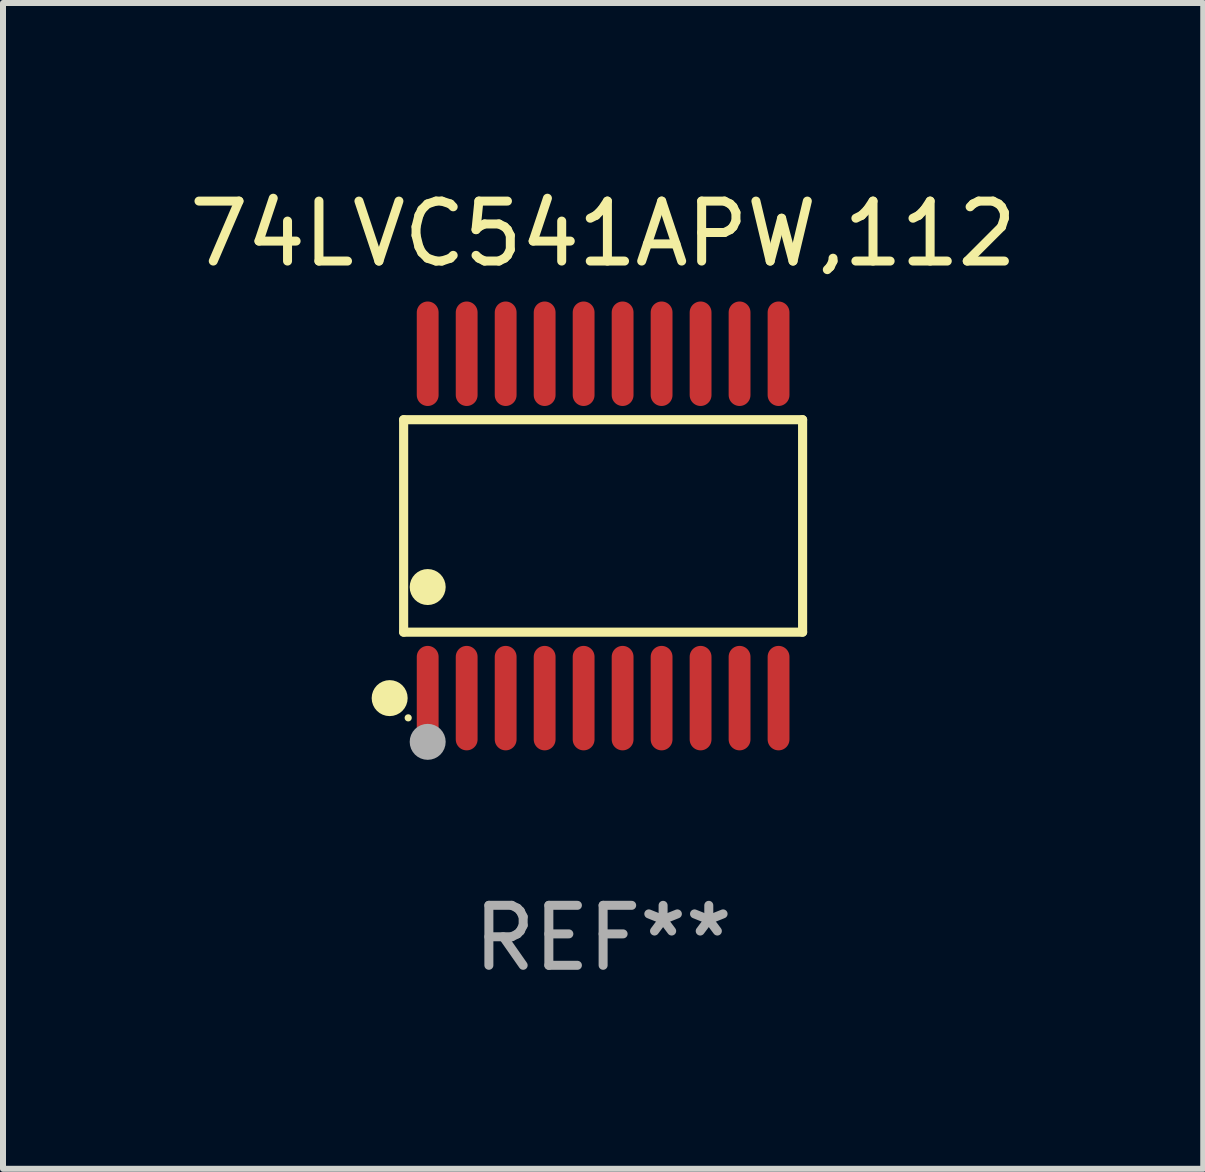
<source format=kicad_pcb>
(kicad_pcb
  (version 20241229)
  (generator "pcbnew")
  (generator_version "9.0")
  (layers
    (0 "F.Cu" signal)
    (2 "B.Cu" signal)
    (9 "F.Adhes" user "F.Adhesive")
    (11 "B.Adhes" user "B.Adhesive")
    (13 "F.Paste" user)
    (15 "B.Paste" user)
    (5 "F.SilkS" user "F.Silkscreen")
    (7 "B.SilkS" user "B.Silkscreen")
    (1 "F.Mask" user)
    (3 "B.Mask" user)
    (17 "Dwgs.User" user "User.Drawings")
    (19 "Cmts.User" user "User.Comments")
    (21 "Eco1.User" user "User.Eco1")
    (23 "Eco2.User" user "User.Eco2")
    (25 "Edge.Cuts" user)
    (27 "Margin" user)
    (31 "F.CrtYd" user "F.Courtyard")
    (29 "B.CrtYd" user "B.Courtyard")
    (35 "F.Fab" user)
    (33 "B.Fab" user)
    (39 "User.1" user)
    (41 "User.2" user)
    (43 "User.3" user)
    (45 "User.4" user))
  (footprint "74LVC541APW,112"
    (layer "F.Cu")
    (at 7.006 5.719)
    (property "Reference" "74LVC541APW,112" (at 0 -4.871 0) (layer "F.SilkS") (effects (font (size 1 1) (thickness 0.15))))
    (attr through_hole)
    (fp_line (start -3.326 -1.771) (end 3.326 -1.771) (stroke (width 0.152) (type solid)) (layer "F.SilkS"))
    (fp_line (start -3.326 1.771) (end -3.326 -1.771) (stroke (width 0.152) (type solid)) (layer "F.SilkS"))
    (fp_line (start 3.326 -1.771) (end 3.326 1.771) (stroke (width 0.152) (type solid)) (layer "F.SilkS"))
    (fp_line (start 3.326 1.771) (end -3.326 1.771) (stroke (width 0.152) (type solid)) (layer "F.SilkS"))
    (fp_circle (center -3.559 2.871) (end -3.409 2.871) (stroke (width 0.3) (type solid)) (fill no) (layer "F.SilkS"))
    (fp_circle (center -3.25 3.2) (end -3.22 3.2) (stroke (width 0.06) (type solid)) (fill no) (layer "F.SilkS"))
    (fp_circle (center -2.925 1.019) (end -2.775 1.019) (stroke (width 0.3) (type solid)) (fill no) (layer "F.SilkS"))
    (fp_circle (center -2.925 3.6) (end -2.775 3.6) (stroke (width 0.3) (type solid)) (fill no) (layer "F.Fab"))
    (fp_text user "REF**" (at 0 6.871 0) (layer "F.Fab") (effects (font (size 1 1) (thickness 0.15))))
    (pad "1" smd oval (at -2.925 2.871) (size 0.364 1.742) (layers "F.Cu" "F.Mask" "F.Paste"))
    (pad "2" smd oval (at -2.275 2.871) (size 0.364 1.742) (layers "F.Cu" "F.Mask" "F.Paste"))
    (pad "3" smd oval (at -1.625 2.871) (size 0.364 1.742) (layers "F.Cu" "F.Mask" "F.Paste"))
    (pad "4" smd oval (at -0.975 2.871) (size 0.364 1.742) (layers "F.Cu" "F.Mask" "F.Paste"))
    (pad "5" smd oval (at -0.325 2.871) (size 0.364 1.742) (layers "F.Cu" "F.Mask" "F.Paste"))
    (pad "6" smd oval (at 0.325 2.871) (size 0.364 1.742) (layers "F.Cu" "F.Mask" "F.Paste"))
    (pad "7" smd oval (at 0.975 2.871) (size 0.364 1.742) (layers "F.Cu" "F.Mask" "F.Paste"))
    (pad "8" smd oval (at 1.625 2.871) (size 0.364 1.742) (layers "F.Cu" "F.Mask" "F.Paste"))
    (pad "9" smd oval (at 2.275 2.871) (size 0.364 1.742) (layers "F.Cu" "F.Mask" "F.Paste"))
    (pad "10" smd oval (at 2.925 2.871) (size 0.364 1.742) (layers "F.Cu" "F.Mask" "F.Paste"))
    (pad "11" smd oval (at 2.925 -2.871) (size 0.364 1.742) (layers "F.Cu" "F.Mask" "F.Paste"))
    (pad "12" smd oval (at 2.275 -2.871) (size 0.364 1.742) (layers "F.Cu" "F.Mask" "F.Paste"))
    (pad "13" smd oval (at 1.625 -2.871) (size 0.364 1.742) (layers "F.Cu" "F.Mask" "F.Paste"))
    (pad "14" smd oval (at 0.975 -2.871) (size 0.364 1.742) (layers "F.Cu" "F.Mask" "F.Paste"))
    (pad "15" smd oval (at 0.325 -2.871) (size 0.364 1.742) (layers "F.Cu" "F.Mask" "F.Paste"))
    (pad "16" smd oval (at -0.325 -2.871) (size 0.364 1.742) (layers "F.Cu" "F.Mask" "F.Paste"))
    (pad "17" smd oval (at -0.975 -2.871) (size 0.364 1.742) (layers "F.Cu" "F.Mask" "F.Paste"))
    (pad "18" smd oval (at -1.625 -2.871) (size 0.364 1.742) (layers "F.Cu" "F.Mask" "F.Paste"))
    (pad "19" smd oval (at -2.275 -2.871) (size 0.364 1.742) (layers "F.Cu" "F.Mask" "F.Paste"))
    (pad "20" smd oval (at -2.925 -2.871) (size 0.364 1.742) (layers "F.Cu" "F.Mask" "F.Paste")))
  (gr_rect
    (start -3 -3)
    (end 17.012 16.438)
    (stroke (width 0.1) (type default))
    (fill no)
    (layer "Edge.Cuts")))
</source>
